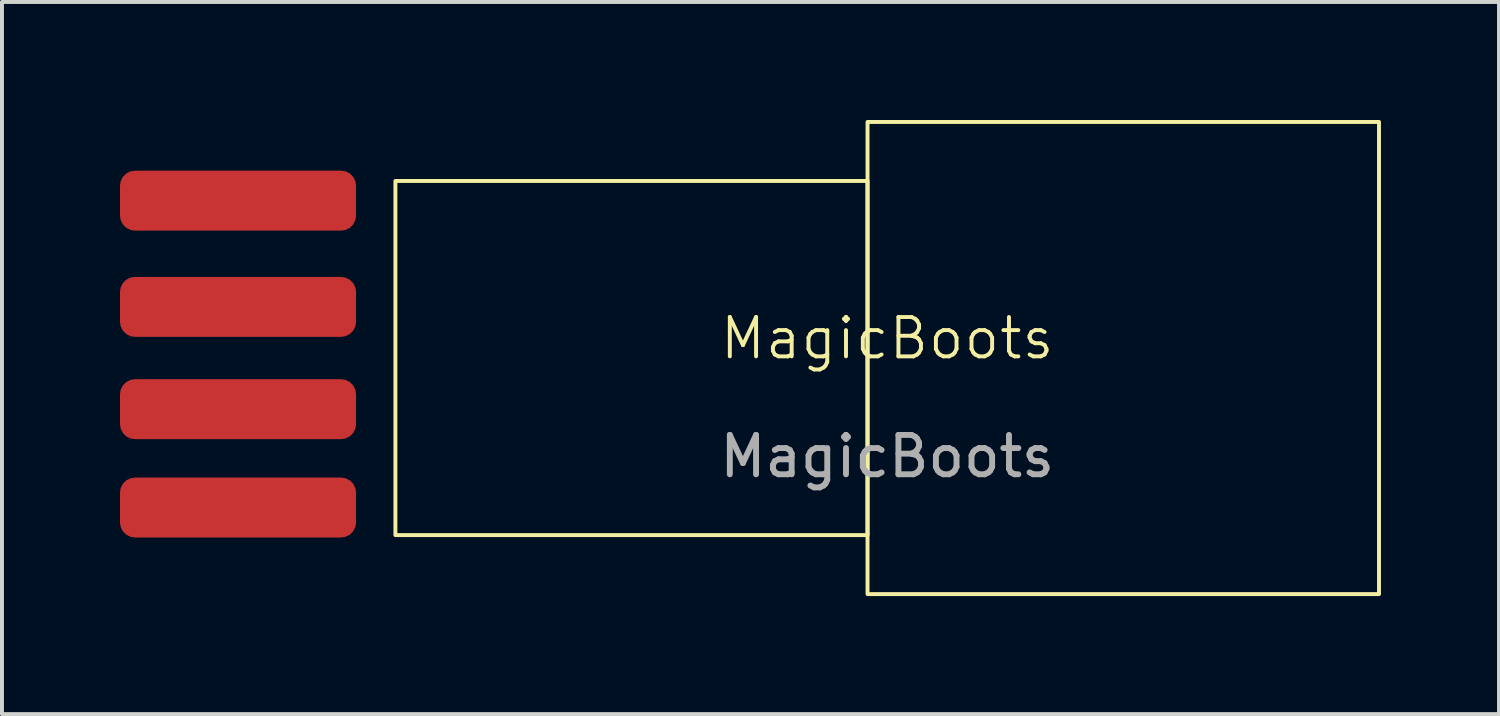
<source format=kicad_pcb>
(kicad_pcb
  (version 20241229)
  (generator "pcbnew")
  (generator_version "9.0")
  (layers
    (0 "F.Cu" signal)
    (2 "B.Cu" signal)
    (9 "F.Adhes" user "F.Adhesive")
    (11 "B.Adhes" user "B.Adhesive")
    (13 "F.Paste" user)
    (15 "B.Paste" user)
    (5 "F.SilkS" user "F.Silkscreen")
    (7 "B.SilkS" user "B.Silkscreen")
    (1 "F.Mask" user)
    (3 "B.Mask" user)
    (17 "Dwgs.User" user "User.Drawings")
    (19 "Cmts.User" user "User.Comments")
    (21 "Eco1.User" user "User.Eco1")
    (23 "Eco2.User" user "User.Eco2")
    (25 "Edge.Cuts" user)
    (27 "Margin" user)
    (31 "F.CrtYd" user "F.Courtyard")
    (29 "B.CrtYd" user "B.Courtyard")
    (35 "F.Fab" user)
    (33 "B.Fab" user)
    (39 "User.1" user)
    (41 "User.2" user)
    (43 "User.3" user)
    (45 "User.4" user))
  (footprint "MagicBoots"
    (layer "F.Cu")
    (at 19.5 6.05)
    (property "Reference" "MagicBoots" (at 0 -0.5 0) (unlocked yes) (layer "F.SilkS") (effects (font (size 1 1) (thickness 0.1))))
    (attr smd)
    (fp_rect (start -12.5 -4.5) (end -0.5 4.5) (stroke (width 0.1) (type default)) (fill no) (layer "F.SilkS"))
    (fp_rect (start -0.5 -6) (end 12.5 6) (stroke (width 0.1) (type default)) (fill no) (layer "F.SilkS"))
    (fp_text user "${REFERENCE}" (at 0 2.5 0) (unlocked yes) (layer "F.Fab") (effects (font (size 1 1) (thickness 0.15))))
    (pad "1" smd roundrect (at -16.5 -4) (size 6 1.524) (layers "F.Cu" "F.Mask" "F.Paste") (roundrect_rratio 0.25))
    (pad "2" smd roundrect (at -16.5 -1.3) (size 6 1.524) (layers "F.Cu" "F.Mask" "F.Paste") (roundrect_rratio 0.25))
    (pad "3" smd roundrect (at -16.5 1.3) (size 6 1.524) (layers "F.Cu" "F.Mask" "F.Paste") (roundrect_rratio 0.25))
    (pad "4" smd roundrect (at -16.5 3.8) (size 6 1.524) (layers "F.Cu" "F.Mask" "F.Paste") (roundrect_rratio 0.25)))
  (gr_rect
    (start -3 -3)
    (end 35.05 15.1)
    (stroke (width 0.1) (type default))
    (fill no)
    (layer "Edge.Cuts")))
</source>
